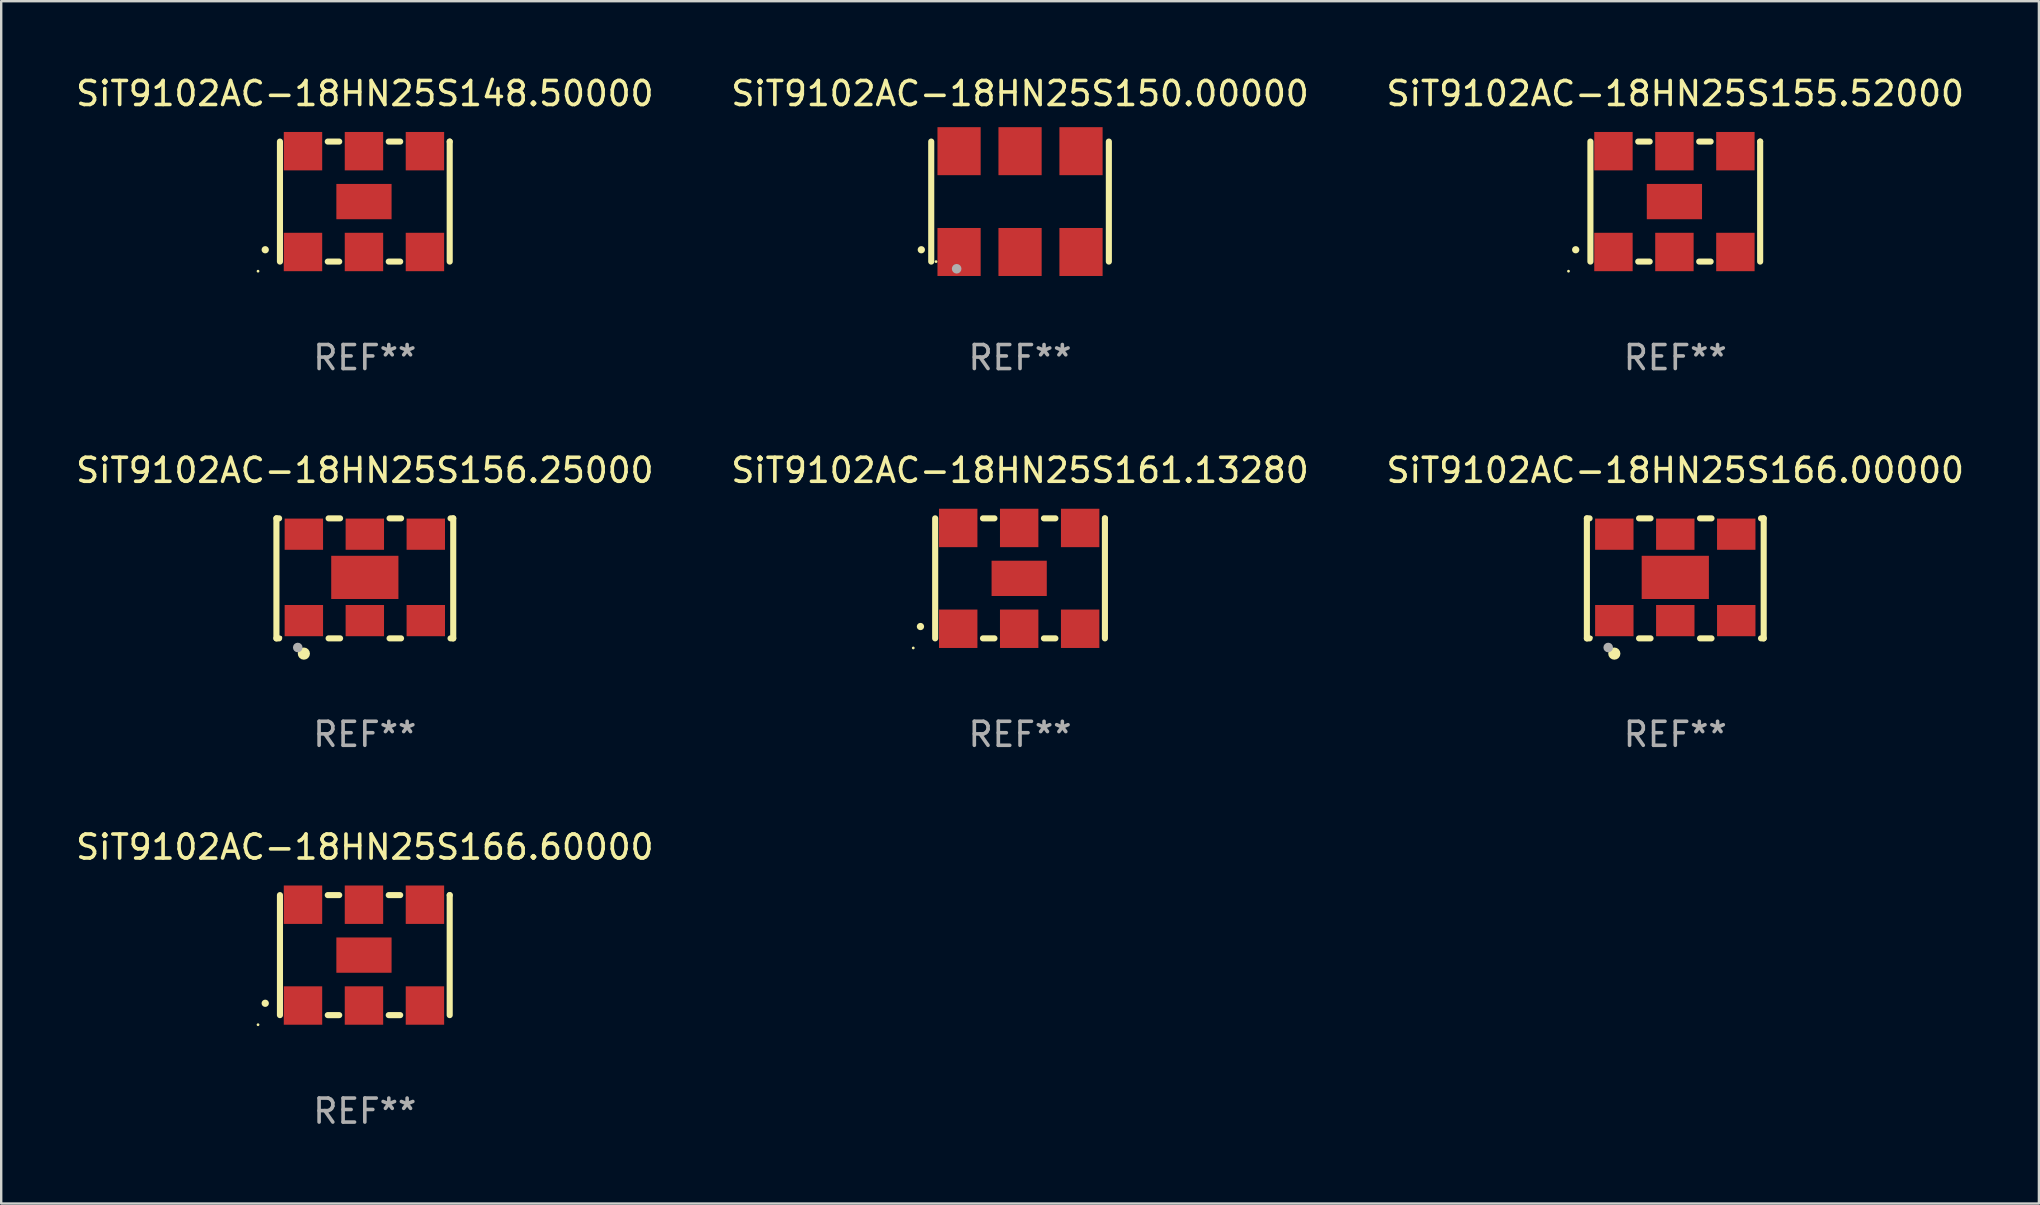
<source format=kicad_pcb>
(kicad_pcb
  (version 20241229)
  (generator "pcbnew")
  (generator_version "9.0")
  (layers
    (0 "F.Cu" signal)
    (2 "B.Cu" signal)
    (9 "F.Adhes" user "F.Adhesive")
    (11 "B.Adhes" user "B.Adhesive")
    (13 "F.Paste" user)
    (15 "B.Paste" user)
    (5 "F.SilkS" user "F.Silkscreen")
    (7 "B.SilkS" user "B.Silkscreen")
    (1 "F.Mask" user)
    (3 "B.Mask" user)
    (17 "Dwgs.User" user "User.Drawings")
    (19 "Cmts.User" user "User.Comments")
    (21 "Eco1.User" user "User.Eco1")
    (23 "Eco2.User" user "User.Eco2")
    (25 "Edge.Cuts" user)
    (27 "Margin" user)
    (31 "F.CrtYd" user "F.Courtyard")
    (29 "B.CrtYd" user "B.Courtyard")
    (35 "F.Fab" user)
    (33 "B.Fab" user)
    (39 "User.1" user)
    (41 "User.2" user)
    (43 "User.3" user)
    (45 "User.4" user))
  (footprint "SiT9102AC-18HN25S166.00000"
    (layer "F.Cu")
    (at 66.744 21.045)
    (property "Reference" "SiT9102AC-18HN25S166.00000" (at 0 -4.5 0) (layer "F.SilkS") (effects (font (size 1 1) (thickness 0.15))))
    (attr through_hole)
    (fp_line (start -3.683 -2.5) (end -3.571 -2.5) (stroke (width 0.254) (type solid)) (layer "F.SilkS"))
    (fp_line (start -3.683 2.5) (end -3.683 -2.5) (stroke (width 0.254) (type solid)) (layer "F.SilkS"))
    (fp_line (start -3.683 2.5) (end -3.571 2.5) (stroke (width 0.254) (type solid)) (layer "F.SilkS"))
    (fp_line (start -1.509 -2.5) (end -1.031 -2.5) (stroke (width 0.254) (type solid)) (layer "F.SilkS"))
    (fp_line (start -1.509 2.5) (end -1.031 2.5) (stroke (width 0.254) (type solid)) (layer "F.SilkS"))
    (fp_line (start 1.031 -2.5) (end 1.509 -2.5) (stroke (width 0.254) (type solid)) (layer "F.SilkS"))
    (fp_line (start 1.031 2.5) (end 1.509 2.5) (stroke (width 0.254) (type solid)) (layer "F.SilkS"))
    (fp_line (start 3.571 -2.5) (end 3.683 -2.5) (stroke (width 0.254) (type solid)) (layer "F.SilkS"))
    (fp_line (start 3.571 2.5) (end 3.683 2.5) (stroke (width 0.254) (type solid)) (layer "F.SilkS"))
    (fp_line (start 3.683 2.5) (end 3.683 -2.5) (stroke (width 0.254) (type solid)) (layer "F.SilkS"))
    (fp_circle (center -3.5 2.46) (end -3.47 2.46) (stroke (width 0.06) (type solid)) (fill no) (layer "F.SilkS"))
    (fp_circle (center -2.54 3.135) (end -2.413 3.135) (stroke (width 0.254) (type solid)) (fill no) (layer "F.SilkS"))
    (fp_circle (center -2.794 2.881) (end -2.694 2.881) (stroke (width 0.2) (type solid)) (fill no) (layer "F.Fab"))
    (fp_text user "REF**" (at 0 6.5 0) (layer "F.Fab") (effects (font (size 1 1) (thickness 0.15))))
    (pad "1" smd rect (at -2.54 1.76) (size 1.6 1.3) (layers "F.Cu" "F.Mask" "F.Paste"))
    (pad "2" smd rect (at 0 1.76) (size 1.6 1.3) (layers "F.Cu" "F.Mask" "F.Paste"))
    (pad "3" smd rect (at 2.54 1.76) (size 1.6 1.3) (layers "F.Cu" "F.Mask" "F.Paste"))
    (pad "4" smd rect (at 2.54 -1.84) (size 1.6 1.3) (layers "F.Cu" "F.Mask" "F.Paste"))
    (pad "5" smd rect (at 0 -1.84) (size 1.6 1.3) (layers "F.Cu" "F.Mask" "F.Paste"))
    (pad "6" smd rect (at -2.54 -1.84) (size 1.6 1.3) (layers "F.Cu" "F.Mask" "F.Paste"))
    (pad "7" smd rect (at 0 -0.04) (size 2.8 1.8) (layers "F.Cu" "F.Mask" "F.Paste")))
  (footprint "SiT9102AC-18HN25S150.00000"
    (layer "F.Cu")
    (at 39.446 5.348)
    (property "Reference" "SiT9102AC-18HN25S150.00000" (at 0 -4.5 0) (layer "F.SilkS") (effects (font (size 1 1) (thickness 0.15))))
    (attr through_hole)
    (fp_line (start -3.7 -2.5) (end -3.7 2.5) (stroke (width 0.254) (type solid)) (layer "F.SilkS"))
    (fp_line (start 3.7 -2.5) (end 3.7 2.5) (stroke (width 0.254) (type solid)) (layer "F.SilkS"))
    (fp_arc (start -4.114415 2.006604) (mid -4.113145 2.006599) (end -4.111875 2.006604) (stroke (width 0.3) (type solid)) (layer "F.SilkS"))
    (fp_circle (center -3.5 2.501) (end -3.47 2.501) (stroke (width 0.06) (type solid)) (fill no) (layer "F.SilkS"))
    (fp_circle (center -2.641 2.799) (end -2.541 2.799) (stroke (width 0.2) (type solid)) (fill no) (layer "F.Fab"))
    (fp_text user "REF**" (at 0 6.5 0) (layer "F.Fab") (effects (font (size 1 1) (thickness 0.15))))
    (pad "1" smd rect (at -2.54 2.1) (size 1.8 2) (layers "F.Cu" "F.Mask" "F.Paste"))
    (pad "2" smd rect (at 0.000394 2.1) (size 1.8 2) (layers "F.Cu" "F.Mask" "F.Paste"))
    (pad "3" smd rect (at 2.54 2.1) (size 1.8 2) (layers "F.Cu" "F.Mask" "F.Paste"))
    (pad "4" smd rect (at 2.54 -2.1) (size 1.8 2) (layers "F.Cu" "F.Mask" "F.Paste"))
    (pad "5" smd rect (at 0.000394 -2.1) (size 1.8 2) (layers "F.Cu" "F.Mask" "F.Paste"))
    (pad "6" smd rect (at -2.54 -2.1) (size 1.8 2) (layers "F.Cu" "F.Mask" "F.Paste")))
  (footprint "SiT9102AC-18HN25S148.50000"
    (layer "F.Cu")
    (at 12.149 5.348)
    (property "Reference" "SiT9102AC-18HN25S148.50000" (at 0 -4.5 0) (layer "F.SilkS") (effects (font (size 1 1) (thickness 0.15))))
    (attr through_hole)
    (fp_line (start -3.536 -2.5) (end -3.536 2.5) (stroke (width 0.254) (type solid)) (layer "F.SilkS"))
    (fp_line (start -1.544 2.5) (end -1.067 2.5) (stroke (width 0.254) (type solid)) (layer "F.SilkS"))
    (fp_line (start -1.067 -2.5) (end -1.544 -2.5) (stroke (width 0.254) (type solid)) (layer "F.SilkS"))
    (fp_line (start 0.996 2.5) (end 1.473 2.5) (stroke (width 0.254) (type solid)) (layer "F.SilkS"))
    (fp_line (start 1.473 -2.5) (end 0.996 -2.5) (stroke (width 0.254) (type solid)) (layer "F.SilkS"))
    (fp_line (start 3.536 -2.5) (end 3.536 -2.5) (stroke (width 0.254) (type solid)) (layer "F.SilkS"))
    (fp_line (start 3.536 2.5) (end 3.536 -2.5) (stroke (width 0.254) (type solid)) (layer "F.SilkS"))
    (fp_arc (start -4.150432 2.006604) (mid -4.149162 2.006599) (end -4.147892 2.006604) (stroke (width 0.3) (type solid)) (layer "F.SilkS"))
    (fp_circle (center -4.449 2.9) (end -4.419 2.9) (stroke (width 0.06) (type solid)) (fill no) (layer "F.SilkS"))
    (fp_text user "REF**" (at 0 6.5 0) (layer "F.Fab") (effects (font (size 1 1) (thickness 0.15))))
    (pad "1" smd rect (at -2.576 2.1) (size 1.6 1.6) (layers "F.Cu" "F.Mask" "F.Paste"))
    (pad "2" smd rect (at -0.036 2.1) (size 1.6 1.6) (layers "F.Cu" "F.Mask" "F.Paste"))
    (pad "3" smd rect (at 2.504 2.1) (size 1.6 1.6) (layers "F.Cu" "F.Mask" "F.Paste"))
    (pad "4" smd rect (at 2.504 -2.1) (size 1.6 1.6) (layers "F.Cu" "F.Mask" "F.Paste"))
    (pad "5" smd rect (at -0.036 -2.1) (size 1.6 1.6) (layers "F.Cu" "F.Mask" "F.Paste"))
    (pad "6" smd rect (at -2.576 -2.1) (size 1.6 1.6) (layers "F.Cu" "F.Mask" "F.Paste"))
    (pad "7" smd rect (at -0.036 0) (size 2.3 1.47) (layers "F.Cu" "F.Mask" "F.Paste")))
  (footprint "SiT9102AC-18HN25S166.60000"
    (layer "F.Cu")
    (at 12.149 36.741)
    (property "Reference" "SiT9102AC-18HN25S166.60000" (at 0 -4.5 0) (layer "F.SilkS") (effects (font (size 1 1) (thickness 0.15))))
    (attr through_hole)
    (fp_line (start -3.536 -2.5) (end -3.536 2.5) (stroke (width 0.254) (type solid)) (layer "F.SilkS"))
    (fp_line (start -1.544 2.5) (end -1.067 2.5) (stroke (width 0.254) (type solid)) (layer "F.SilkS"))
    (fp_line (start -1.067 -2.5) (end -1.544 -2.5) (stroke (width 0.254) (type solid)) (layer "F.SilkS"))
    (fp_line (start 0.996 2.5) (end 1.473 2.5) (stroke (width 0.254) (type solid)) (layer "F.SilkS"))
    (fp_line (start 1.473 -2.5) (end 0.996 -2.5) (stroke (width 0.254) (type solid)) (layer "F.SilkS"))
    (fp_line (start 3.536 -2.5) (end 3.536 -2.5) (stroke (width 0.254) (type solid)) (layer "F.SilkS"))
    (fp_line (start 3.536 2.5) (end 3.536 -2.5) (stroke (width 0.254) (type solid)) (layer "F.SilkS"))
    (fp_arc (start -4.150432 2.006604) (mid -4.149162 2.006599) (end -4.147892 2.006604) (stroke (width 0.3) (type solid)) (layer "F.SilkS"))
    (fp_circle (center -4.449 2.9) (end -4.419 2.9) (stroke (width 0.06) (type solid)) (fill no) (layer "F.SilkS"))
    (fp_text user "REF**" (at 0 6.5 0) (layer "F.Fab") (effects (font (size 1 1) (thickness 0.15))))
    (pad "1" smd rect (at -2.576 2.1) (size 1.6 1.6) (layers "F.Cu" "F.Mask" "F.Paste"))
    (pad "2" smd rect (at -0.036 2.1) (size 1.6 1.6) (layers "F.Cu" "F.Mask" "F.Paste"))
    (pad "3" smd rect (at 2.504 2.1) (size 1.6 1.6) (layers "F.Cu" "F.Mask" "F.Paste"))
    (pad "4" smd rect (at 2.504 -2.1) (size 1.6 1.6) (layers "F.Cu" "F.Mask" "F.Paste"))
    (pad "5" smd rect (at -0.036 -2.1) (size 1.6 1.6) (layers "F.Cu" "F.Mask" "F.Paste"))
    (pad "6" smd rect (at -2.576 -2.1) (size 1.6 1.6) (layers "F.Cu" "F.Mask" "F.Paste"))
    (pad "7" smd rect (at -0.036 0) (size 2.3 1.47) (layers "F.Cu" "F.Mask" "F.Paste")))
  (footprint "SiT9102AC-18HN25S156.25000"
    (layer "F.Cu")
    (at 12.149 21.045)
    (property "Reference" "SiT9102AC-18HN25S156.25000" (at 0 -4.5 0) (layer "F.SilkS") (effects (font (size 1 1) (thickness 0.15))))
    (attr through_hole)
    (fp_line (start -3.683 -2.5) (end -3.571 -2.5) (stroke (width 0.254) (type solid)) (layer "F.SilkS"))
    (fp_line (start -3.683 2.5) (end -3.683 -2.5) (stroke (width 0.254) (type solid)) (layer "F.SilkS"))
    (fp_line (start -3.683 2.5) (end -3.571 2.5) (stroke (width 0.254) (type solid)) (layer "F.SilkS"))
    (fp_line (start -1.509 -2.5) (end -1.031 -2.5) (stroke (width 0.254) (type solid)) (layer "F.SilkS"))
    (fp_line (start -1.509 2.5) (end -1.031 2.5) (stroke (width 0.254) (type solid)) (layer "F.SilkS"))
    (fp_line (start 1.031 -2.5) (end 1.509 -2.5) (stroke (width 0.254) (type solid)) (layer "F.SilkS"))
    (fp_line (start 1.031 2.5) (end 1.509 2.5) (stroke (width 0.254) (type solid)) (layer "F.SilkS"))
    (fp_line (start 3.571 -2.5) (end 3.683 -2.5) (stroke (width 0.254) (type solid)) (layer "F.SilkS"))
    (fp_line (start 3.571 2.5) (end 3.683 2.5) (stroke (width 0.254) (type solid)) (layer "F.SilkS"))
    (fp_line (start 3.683 2.5) (end 3.683 -2.5) (stroke (width 0.254) (type solid)) (layer "F.SilkS"))
    (fp_circle (center -3.5 2.46) (end -3.47 2.46) (stroke (width 0.06) (type solid)) (fill no) (layer "F.SilkS"))
    (fp_circle (center -2.54 3.135) (end -2.413 3.135) (stroke (width 0.254) (type solid)) (fill no) (layer "F.SilkS"))
    (fp_circle (center -2.794 2.881) (end -2.694 2.881) (stroke (width 0.2) (type solid)) (fill no) (layer "F.Fab"))
    (fp_text user "REF**" (at 0 6.5 0) (layer "F.Fab") (effects (font (size 1 1) (thickness 0.15))))
    (pad "1" smd rect (at -2.54 1.76) (size 1.6 1.3) (layers "F.Cu" "F.Mask" "F.Paste"))
    (pad "2" smd rect (at 0 1.76) (size 1.6 1.3) (layers "F.Cu" "F.Mask" "F.Paste"))
    (pad "3" smd rect (at 2.54 1.76) (size 1.6 1.3) (layers "F.Cu" "F.Mask" "F.Paste"))
    (pad "4" smd rect (at 2.54 -1.84) (size 1.6 1.3) (layers "F.Cu" "F.Mask" "F.Paste"))
    (pad "5" smd rect (at 0 -1.84) (size 1.6 1.3) (layers "F.Cu" "F.Mask" "F.Paste"))
    (pad "6" smd rect (at -2.54 -1.84) (size 1.6 1.3) (layers "F.Cu" "F.Mask" "F.Paste"))
    (pad "7" smd rect (at 0 -0.04) (size 2.8 1.8) (layers "F.Cu" "F.Mask" "F.Paste")))
  (footprint "SiT9102AC-18HN25S155.52000"
    (layer "F.Cu")
    (at 66.744 5.348)
    (property "Reference" "SiT9102AC-18HN25S155.52000" (at 0 -4.5 0) (layer "F.SilkS") (effects (font (size 1 1) (thickness 0.15))))
    (attr through_hole)
    (fp_line (start -3.536 -2.5) (end -3.536 2.5) (stroke (width 0.254) (type solid)) (layer "F.SilkS"))
    (fp_line (start -1.544 2.5) (end -1.067 2.5) (stroke (width 0.254) (type solid)) (layer "F.SilkS"))
    (fp_line (start -1.067 -2.5) (end -1.544 -2.5) (stroke (width 0.254) (type solid)) (layer "F.SilkS"))
    (fp_line (start 0.996 2.5) (end 1.473 2.5) (stroke (width 0.254) (type solid)) (layer "F.SilkS"))
    (fp_line (start 1.473 -2.5) (end 0.996 -2.5) (stroke (width 0.254) (type solid)) (layer "F.SilkS"))
    (fp_line (start 3.536 -2.5) (end 3.536 -2.5) (stroke (width 0.254) (type solid)) (layer "F.SilkS"))
    (fp_line (start 3.536 2.5) (end 3.536 -2.5) (stroke (width 0.254) (type solid)) (layer "F.SilkS"))
    (fp_arc (start -4.150432 2.006604) (mid -4.149162 2.006599) (end -4.147892 2.006604) (stroke (width 0.3) (type solid)) (layer "F.SilkS"))
    (fp_circle (center -4.449 2.9) (end -4.419 2.9) (stroke (width 0.06) (type solid)) (fill no) (layer "F.SilkS"))
    (fp_text user "REF**" (at 0 6.5 0) (layer "F.Fab") (effects (font (size 1 1) (thickness 0.15))))
    (pad "1" smd rect (at -2.576 2.1) (size 1.6 1.6) (layers "F.Cu" "F.Mask" "F.Paste"))
    (pad "2" smd rect (at -0.036 2.1) (size 1.6 1.6) (layers "F.Cu" "F.Mask" "F.Paste"))
    (pad "3" smd rect (at 2.504 2.1) (size 1.6 1.6) (layers "F.Cu" "F.Mask" "F.Paste"))
    (pad "4" smd rect (at 2.504 -2.1) (size 1.6 1.6) (layers "F.Cu" "F.Mask" "F.Paste"))
    (pad "5" smd rect (at -0.036 -2.1) (size 1.6 1.6) (layers "F.Cu" "F.Mask" "F.Paste"))
    (pad "6" smd rect (at -2.576 -2.1) (size 1.6 1.6) (layers "F.Cu" "F.Mask" "F.Paste"))
    (pad "7" smd rect (at -0.036 0) (size 2.3 1.47) (layers "F.Cu" "F.Mask" "F.Paste")))
  (footprint "SiT9102AC-18HN25S161.13280"
    (layer "F.Cu")
    (at 39.446 21.045)
    (property "Reference" "SiT9102AC-18HN25S161.13280" (at 0 -4.5 0) (layer "F.SilkS") (effects (font (size 1 1) (thickness 0.15))))
    (attr through_hole)
    (fp_line (start -3.536 -2.5) (end -3.536 2.5) (stroke (width 0.254) (type solid)) (layer "F.SilkS"))
    (fp_line (start -1.544 2.5) (end -1.067 2.5) (stroke (width 0.254) (type solid)) (layer "F.SilkS"))
    (fp_line (start -1.067 -2.5) (end -1.544 -2.5) (stroke (width 0.254) (type solid)) (layer "F.SilkS"))
    (fp_line (start 0.996 2.5) (end 1.473 2.5) (stroke (width 0.254) (type solid)) (layer "F.SilkS"))
    (fp_line (start 1.473 -2.5) (end 0.996 -2.5) (stroke (width 0.254) (type solid)) (layer "F.SilkS"))
    (fp_line (start 3.536 -2.5) (end 3.536 -2.5) (stroke (width 0.254) (type solid)) (layer "F.SilkS"))
    (fp_line (start 3.536 2.5) (end 3.536 -2.5) (stroke (width 0.254) (type solid)) (layer "F.SilkS"))
    (fp_arc (start -4.150432 2.006604) (mid -4.149162 2.006599) (end -4.147892 2.006604) (stroke (width 0.3) (type solid)) (layer "F.SilkS"))
    (fp_circle (center -4.449 2.9) (end -4.419 2.9) (stroke (width 0.06) (type solid)) (fill no) (layer "F.SilkS"))
    (fp_text user "REF**" (at 0 6.5 0) (layer "F.Fab") (effects (font (size 1 1) (thickness 0.15))))
    (pad "1" smd rect (at -2.576 2.1) (size 1.6 1.6) (layers "F.Cu" "F.Mask" "F.Paste"))
    (pad "2" smd rect (at -0.036 2.1) (size 1.6 1.6) (layers "F.Cu" "F.Mask" "F.Paste"))
    (pad "3" smd rect (at 2.504 2.1) (size 1.6 1.6) (layers "F.Cu" "F.Mask" "F.Paste"))
    (pad "4" smd rect (at 2.504 -2.1) (size 1.6 1.6) (layers "F.Cu" "F.Mask" "F.Paste"))
    (pad "5" smd rect (at -0.036 -2.1) (size 1.6 1.6) (layers "F.Cu" "F.Mask" "F.Paste"))
    (pad "6" smd rect (at -2.576 -2.1) (size 1.6 1.6) (layers "F.Cu" "F.Mask" "F.Paste"))
    (pad "7" smd rect (at -0.036 0) (size 2.3 1.47) (layers "F.Cu" "F.Mask" "F.Paste")))
  (gr_rect
    (start -3 -3)
    (end 81.893 47.09)
    (stroke (width 0.1) (type default))
    (fill no)
    (layer "Edge.Cuts")))
</source>
